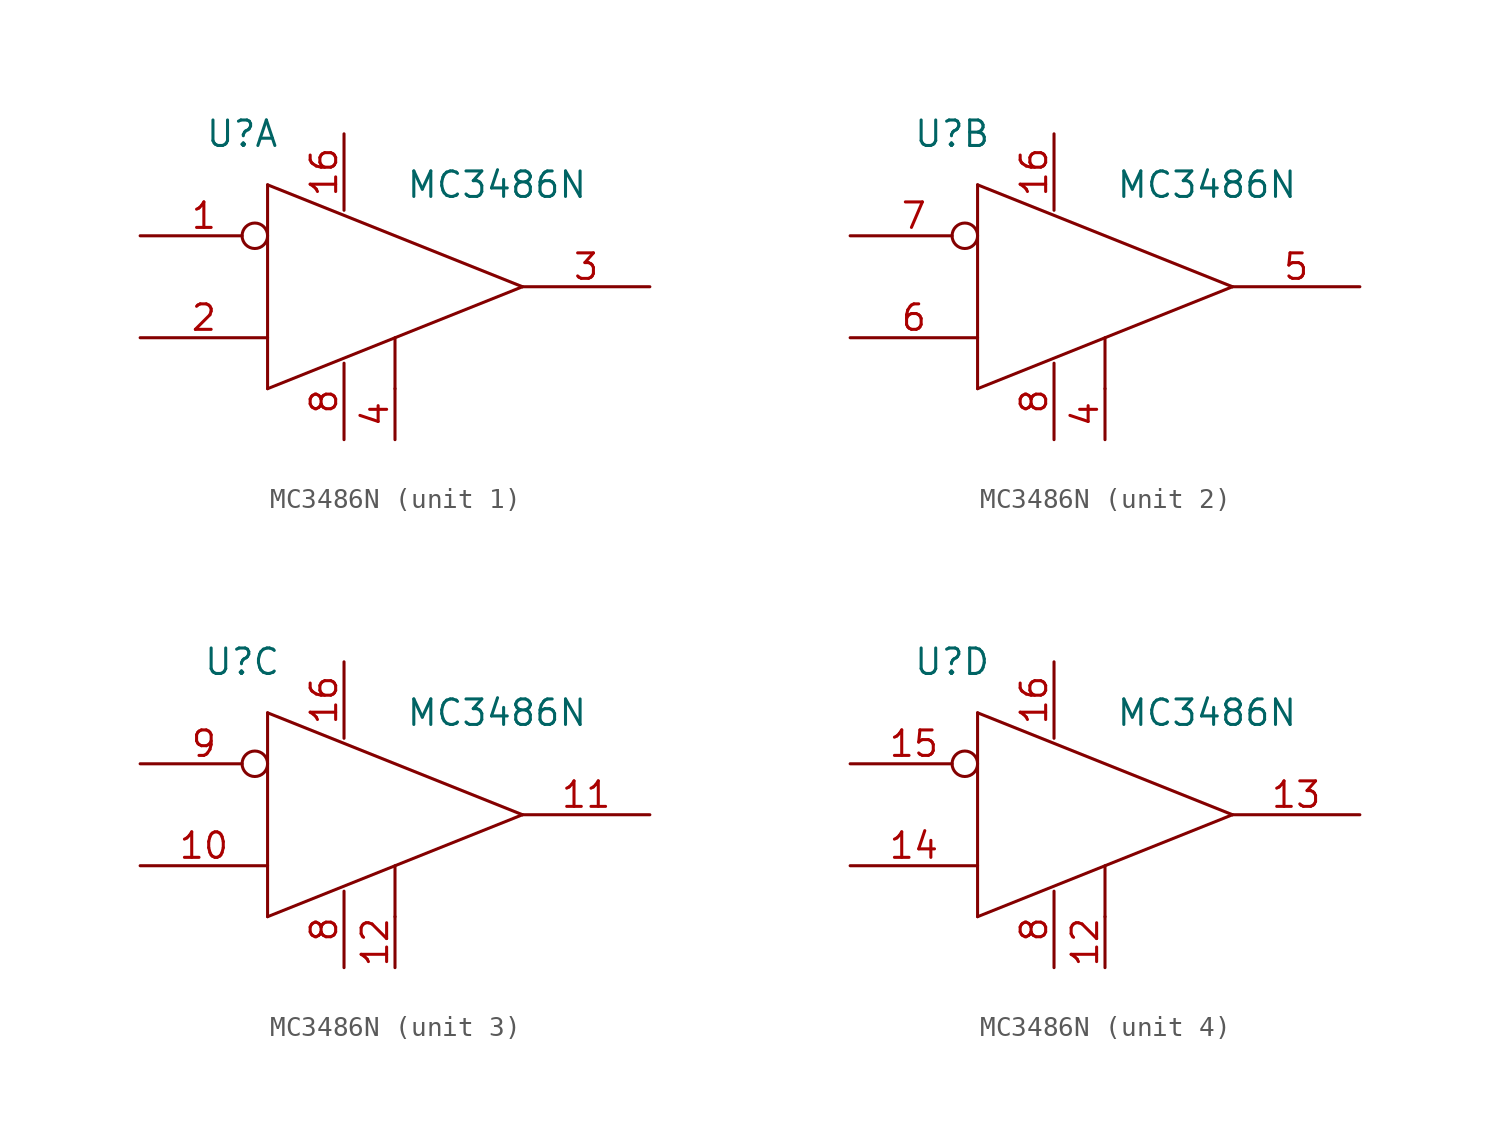
<source format=kicad_sym>
(kicad_symbol_lib
  (version 20241209)
  (generator "kicad_symbol_editor")
  (generator_version "9.0")
  (symbol "MC3486N"
    (pin_names
      (offset 1.016)
      (hide yes))
    (property "Reference" "U"
      (at -7.62 7.62 0)
      (effects (font (size 1.27 1.27))))
    (property "Value" "MC3486N"
      (at 5.08 5.08 0)
      (effects (font (size 1.27 1.27))))
    (symbol "MC3486N_0_1"
      (polyline (pts (xy -6.35 5.08) (xy -6.35 -5.08)) (stroke (width 0) (type default)) (fill (type none)))
      (polyline (pts (xy -6.35 -5.08) (xy 6.35 0)) (stroke (width 0) (type default)) (fill (type none)))
      (polyline (pts (xy 0 -5.08) (xy 0 -2.54)) (stroke (width 0) (type default)) (fill (type none)))
      (polyline (pts (xy 6.35 0) (xy -6.35 5.08)) (stroke (width 0) (type default)) (fill (type none))))
    (symbol "MC3486N_1_1"
      (pin input inverted (at -12.7 2.54 0) (length 6.35) (name "E-" (effects (font (size 1.27 1.27)))) (number "1" (effects (font (size 1.27 1.27)))))
      (pin input line (at -12.7 -2.54 0) (length 6.35) (name "E+" (effects (font (size 1.27 1.27)))) (number "2" (effects (font (size 1.27 1.27)))))
      (pin power_in line (at -2.54 7.62 270) (length 3.81) (name "VCC" (effects (font (size 1.27 1.27)))) (number "16" (effects (font (size 1.27 1.27)))))
      (pin power_in line (at -2.54 -7.62 90) (length 3.81) (name "GND" (effects (font (size 1.27 1.27)))) (number "8" (effects (font (size 1.27 1.27)))))
      (pin input line (at 0 -7.62 90) (length 2.54) (name "ENABLE" (effects (font (size 1.27 1.27)))) (number "4" (effects (font (size 1.27 1.27)))))
      (pin tri_state line (at 12.7 0 180) (length 6.35) (name "OUT" (effects (font (size 1.27 1.27)))) (number "3" (effects (font (size 1.27 1.27))))))
    (symbol "MC3486N_2_1"
      (pin input inverted (at -12.7 2.54 0) (length 6.35) (name "E-" (effects (font (size 1.27 1.27)))) (number "7" (effects (font (size 1.27 1.27)))))
      (pin input line (at -12.7 -2.54 0) (length 6.35) (name "E+" (effects (font (size 1.27 1.27)))) (number "6" (effects (font (size 1.27 1.27)))))
      (pin power_in line (at -2.54 7.62 270) (length 3.81) (name "VCC" (effects (font (size 1.27 1.27)))) (number "16" (effects (font (size 1.27 1.27)))))
      (pin power_in line (at -2.54 -7.62 90) (length 3.81) (name "GND" (effects (font (size 1.27 1.27)))) (number "8" (effects (font (size 1.27 1.27)))))
      (pin input line (at 0 -7.62 90) (length 2.54) (name "ENABLE" (effects (font (size 1.27 1.27)))) (number "4" (effects (font (size 1.27 1.27)))))
      (pin tri_state line (at 12.7 0 180) (length 6.35) (name "OUT" (effects (font (size 1.27 1.27)))) (number "5" (effects (font (size 1.27 1.27))))))
    (symbol "MC3486N_3_1"
      (pin input inverted (at -12.7 2.54 0) (length 6.35) (name "E-" (effects (font (size 1.27 1.27)))) (number "9" (effects (font (size 1.27 1.27)))))
      (pin input line (at -12.7 -2.54 0) (length 6.35) (name "E+" (effects (font (size 1.27 1.27)))) (number "10" (effects (font (size 1.27 1.27)))))
      (pin power_in line (at -2.54 7.62 270) (length 3.81) (name "VCC" (effects (font (size 1.27 1.27)))) (number "16" (effects (font (size 1.27 1.27)))))
      (pin power_in line (at -2.54 -7.62 90) (length 3.81) (name "GND" (effects (font (size 1.27 1.27)))) (number "8" (effects (font (size 1.27 1.27)))))
      (pin input line (at 0 -7.62 90) (length 2.54) (name "ENABLE" (effects (font (size 1.27 1.27)))) (number "12" (effects (font (size 1.27 1.27)))))
      (pin tri_state line (at 12.7 0 180) (length 6.35) (name "OUT" (effects (font (size 1.27 1.27)))) (number "11" (effects (font (size 1.27 1.27))))))
    (symbol "MC3486N_4_1"
      (pin input inverted (at -12.7 2.54 0) (length 6.35) (name "E-" (effects (font (size 1.27 1.27)))) (number "15" (effects (font (size 1.27 1.27)))))
      (pin input line (at -12.7 -2.54 0) (length 6.35) (name "E+" (effects (font (size 1.27 1.27)))) (number "14" (effects (font (size 1.27 1.27)))))
      (pin power_in line (at -2.54 7.62 270) (length 3.81) (name "VCC" (effects (font (size 1.27 1.27)))) (number "16" (effects (font (size 1.27 1.27)))))
      (pin power_in line (at -2.54 -7.62 90) (length 3.81) (name "GND" (effects (font (size 1.27 1.27)))) (number "8" (effects (font (size 1.27 1.27)))))
      (pin input line (at 0 -7.62 90) (length 2.54) (name "ENABLE" (effects (font (size 1.27 1.27)))) (number "12" (effects (font (size 1.27 1.27)))))
      (pin tri_state line (at 12.7 0 180) (length 6.35) (name "OUT" (effects (font (size 1.27 1.27)))) (number "13" (effects (font (size 1.27 1.27))))))))
</source>
